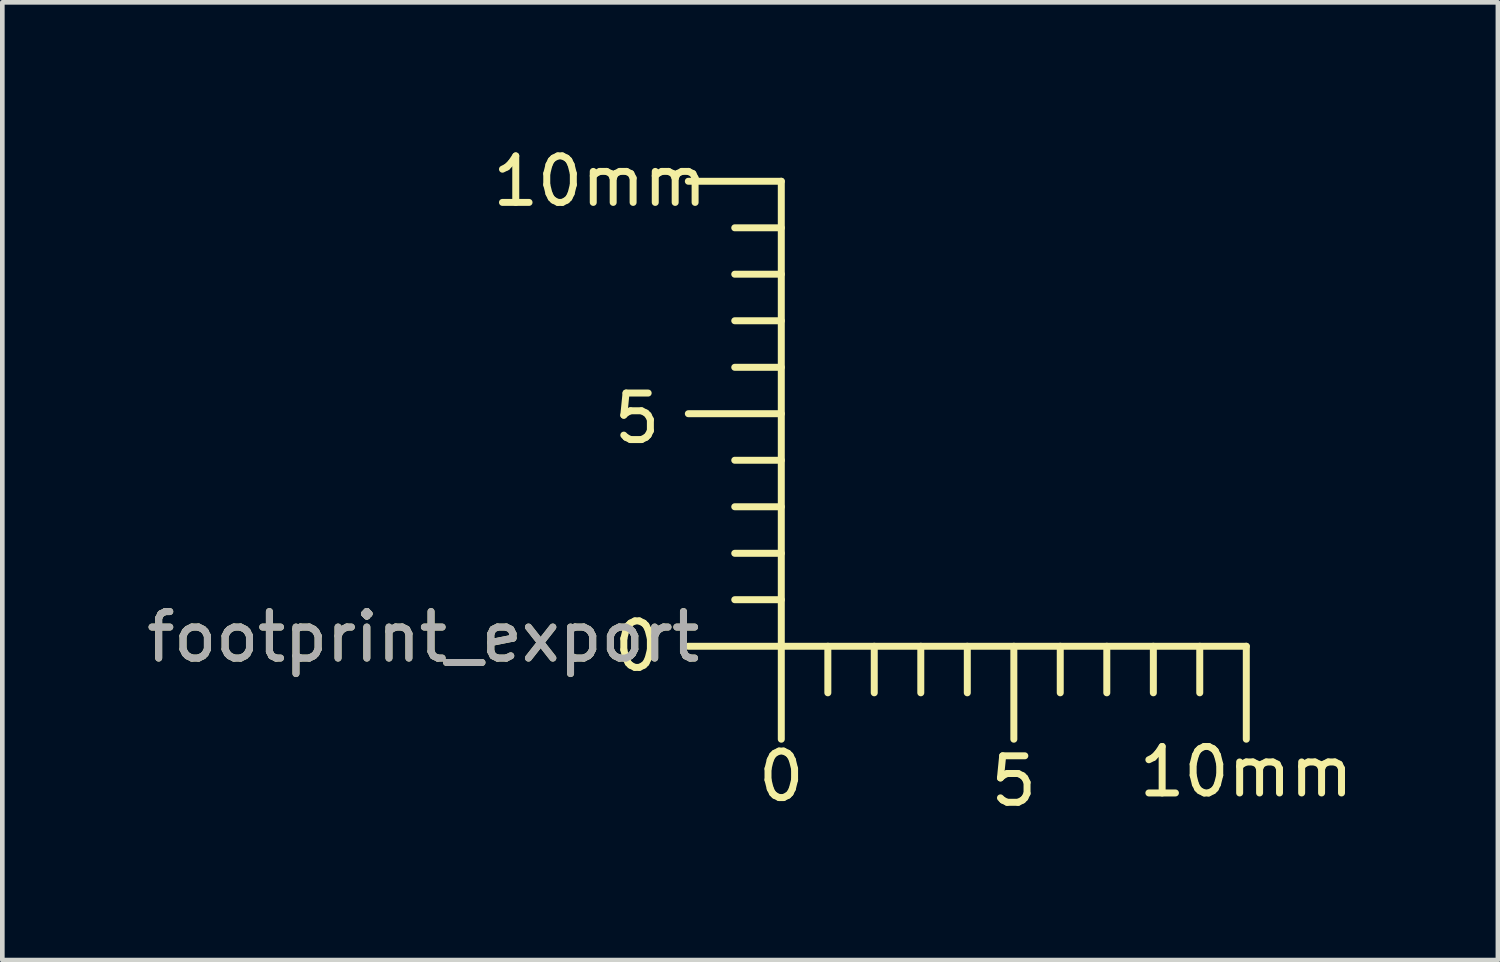
<source format=kicad_pcb>
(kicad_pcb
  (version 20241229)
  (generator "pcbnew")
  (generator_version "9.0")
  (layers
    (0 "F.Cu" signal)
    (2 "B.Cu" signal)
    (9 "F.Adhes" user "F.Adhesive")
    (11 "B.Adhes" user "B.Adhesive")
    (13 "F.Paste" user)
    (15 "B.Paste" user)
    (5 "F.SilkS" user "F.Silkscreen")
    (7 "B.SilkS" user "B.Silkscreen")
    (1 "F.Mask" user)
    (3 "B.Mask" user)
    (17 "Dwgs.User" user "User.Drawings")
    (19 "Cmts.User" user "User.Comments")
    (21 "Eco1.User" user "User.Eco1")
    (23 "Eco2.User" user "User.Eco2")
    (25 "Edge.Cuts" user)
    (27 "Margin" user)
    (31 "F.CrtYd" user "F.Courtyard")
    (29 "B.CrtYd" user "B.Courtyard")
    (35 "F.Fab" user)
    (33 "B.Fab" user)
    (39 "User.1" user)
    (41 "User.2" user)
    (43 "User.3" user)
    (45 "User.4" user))
  (footprint "footprint_export"
    (layer "F.Cu")
    (at 13.752 10.848)
    (property "Reference" "footprint_export" (at -7.699 -0.201 0) (layer "F.SilkS") (effects (font (size 1 1) (thickness 0.15))))
    (attr exclude_from_pos_files exclude_from_bom)
    (fp_line (start 0 -10) (end -1.999 -10) (stroke (width 0.15) (type solid)) (layer "F.SilkS"))
    (fp_line (start 0 -8.999) (end -1.001 -8.999) (stroke (width 0.15) (type solid)) (layer "F.SilkS"))
    (fp_line (start 0 -8.001) (end -1.001 -8.001) (stroke (width 0.15) (type solid)) (layer "F.SilkS"))
    (fp_line (start 0 -7) (end -1.001 -7) (stroke (width 0.15) (type solid)) (layer "F.SilkS"))
    (fp_line (start 0 -5.999) (end -1.001 -5.999) (stroke (width 0.15) (type solid)) (layer "F.SilkS"))
    (fp_line (start 0 -5.001) (end -1.999 -5.001) (stroke (width 0.15) (type solid)) (layer "F.SilkS"))
    (fp_line (start 0 -4) (end -1.001 -4) (stroke (width 0.15) (type solid)) (layer "F.SilkS"))
    (fp_line (start 0 -3) (end -1.001 -3) (stroke (width 0.15) (type solid)) (layer "F.SilkS"))
    (fp_line (start 0 -1.999) (end -1.001 -1.999) (stroke (width 0.15) (type solid)) (layer "F.SilkS"))
    (fp_line (start 0 -1.001) (end -1.001 -1.001) (stroke (width 0.15) (type solid)) (layer "F.SilkS"))
    (fp_line (start 0 0) (end -1.999 0) (stroke (width 0.15) (type solid)) (layer "F.SilkS"))
    (fp_line (start 0 0) (end 0 -10) (stroke (width 0.15) (type solid)) (layer "F.SilkS"))
    (fp_line (start 0 0) (end 0 1.999) (stroke (width 0.15) (type solid)) (layer "F.SilkS"))
    (fp_line (start 0 0) (end 10 0) (stroke (width 0.15) (type solid)) (layer "F.SilkS"))
    (fp_line (start 1.001 0) (end 1.001 1.001) (stroke (width 0.15) (type solid)) (layer "F.SilkS"))
    (fp_line (start 1.999 0) (end 1.999 1.001) (stroke (width 0.15) (type solid)) (layer "F.SilkS"))
    (fp_line (start 3 0) (end 3 1.001) (stroke (width 0.15) (type solid)) (layer "F.SilkS"))
    (fp_line (start 4 0) (end 4 1.001) (stroke (width 0.15) (type solid)) (layer "F.SilkS"))
    (fp_line (start 5.001 0) (end 5.001 1.999) (stroke (width 0.15) (type solid)) (layer "F.SilkS"))
    (fp_line (start 5.999 0) (end 5.999 1.001) (stroke (width 0.15) (type solid)) (layer "F.SilkS"))
    (fp_line (start 7 0) (end 7 1.001) (stroke (width 0.15) (type solid)) (layer "F.SilkS"))
    (fp_line (start 8.001 0) (end 8.001 1.001) (stroke (width 0.15) (type solid)) (layer "F.SilkS"))
    (fp_line (start 8.999 0) (end 8.999 1.001) (stroke (width 0.15) (type solid)) (layer "F.SilkS"))
    (fp_line (start 10 0) (end 10 1.999) (stroke (width 0.15) (type solid)) (layer "F.SilkS"))
    (fp_text user "5" (at 4.999 2.901 0) (layer "F.SilkS") (effects (font (size 1 1) (thickness 0.15))))
    (fp_text user "10mm" (at -3.901 -10 0) (layer "F.SilkS") (effects (font (size 1 1) (thickness 0.15))))
    (fp_text user "10mm" (at 10 2.7 0) (layer "F.SilkS") (effects (font (size 1 1) (thickness 0.15))))
    (fp_text user "0" (at 0 2.799 0) (layer "F.SilkS") (effects (font (size 1 1) (thickness 0.15))))
    (fp_text user "5" (at -3.101 -4.9 0) (layer "F.SilkS") (effects (font (size 1 1) (thickness 0.15))))
    (fp_text user "0" (at -3.101 0 0) (layer "F.SilkS") (effects (font (size 1 1) (thickness 0.15))))
    (fp_text user "${REFERENCE}" (at -7.699 -0.201 0) (layer "F.Fab") (effects (font (size 1 1) (thickness 0.15)))))
  (gr_rect
    (start -3 -3)
    (end 29.163 17.597)
    (stroke (width 0.1) (type default))
    (fill no)
    (layer "Edge.Cuts")))
</source>
